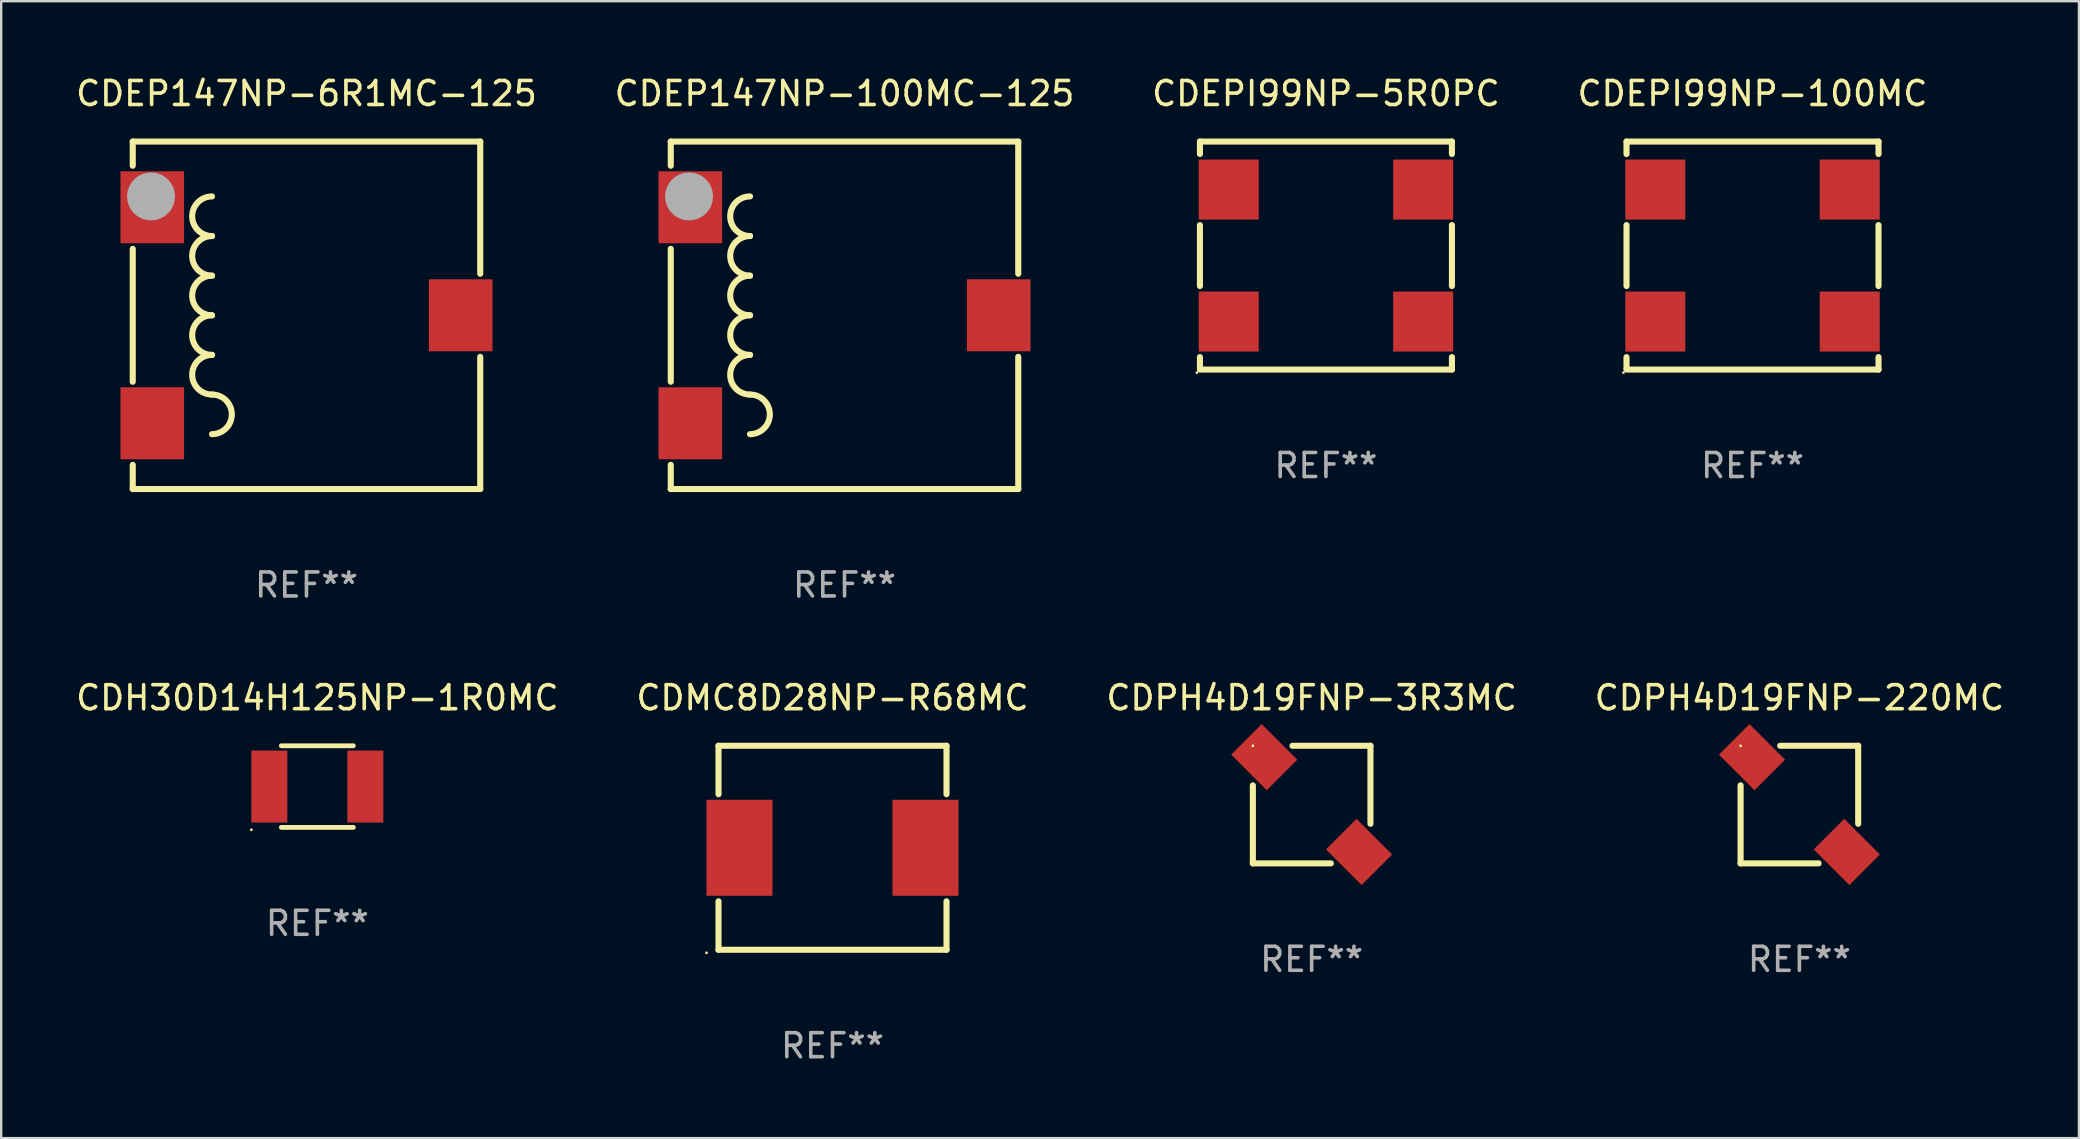
<source format=kicad_pcb>
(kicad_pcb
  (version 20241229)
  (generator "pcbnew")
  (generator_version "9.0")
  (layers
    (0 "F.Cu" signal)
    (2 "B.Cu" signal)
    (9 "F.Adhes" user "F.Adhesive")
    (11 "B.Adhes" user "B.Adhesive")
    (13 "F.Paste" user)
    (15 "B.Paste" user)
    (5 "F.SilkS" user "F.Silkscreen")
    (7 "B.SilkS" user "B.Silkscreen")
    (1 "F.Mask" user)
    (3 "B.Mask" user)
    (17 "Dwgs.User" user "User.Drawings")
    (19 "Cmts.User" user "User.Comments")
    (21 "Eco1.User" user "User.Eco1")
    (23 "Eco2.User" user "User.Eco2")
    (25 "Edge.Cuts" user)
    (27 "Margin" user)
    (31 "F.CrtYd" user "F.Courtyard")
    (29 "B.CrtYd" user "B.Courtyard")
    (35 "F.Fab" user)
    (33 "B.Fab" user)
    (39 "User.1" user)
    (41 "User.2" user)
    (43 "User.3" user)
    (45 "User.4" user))
  (footprint "CDEPI99NP-5R0PC"
    (layer "F.Cu")
    (at 52.196 7.598)
    (property "Reference" "CDEPI99NP-5R0PC" (at 0 -6.75 0) (layer "F.SilkS") (effects (font (size 1 1) (thickness 0.15))))
    (attr through_hole)
    (fp_line (start -5.25 -4.75) (end -5.25 -4.231) (stroke (width 0.254) (type solid)) (layer "F.SilkS"))
    (fp_line (start -5.25 -4.75) (end 5.25 -4.75) (stroke (width 0.254) (type solid)) (layer "F.SilkS"))
    (fp_line (start -5.25 -1.269) (end -5.25 1.269) (stroke (width 0.254) (type solid)) (layer "F.SilkS"))
    (fp_line (start -5.25 4.231) (end -5.25 4.699) (stroke (width 0.254) (type solid)) (layer "F.SilkS"))
    (fp_line (start 5.25 -4.231) (end 5.25 -4.75) (stroke (width 0.254) (type solid)) (layer "F.SilkS"))
    (fp_line (start 5.25 1.269) (end 5.25 -1.269) (stroke (width 0.254) (type solid)) (layer "F.SilkS"))
    (fp_line (start 5.25 4.75) (end -5.25 4.75) (stroke (width 0.254) (type solid)) (layer "F.SilkS"))
    (fp_line (start 5.25 4.75) (end 5.25 4.231) (stroke (width 0.254) (type solid)) (layer "F.SilkS"))
    (fp_circle (center -5.377 4.877) (end -5.347 4.877) (stroke (width 0.06) (type solid)) (fill no) (layer "F.SilkS"))
    (fp_text user "REF**" (at 0 8.75 0) (layer "F.Fab") (effects (font (size 1 1) (thickness 0.15))))
    (pad "1" smd rect (at -4.05 2.75) (size 2.5 2.5) (layers "F.Cu" "F.Mask" "F.Paste"))
    (pad "2" smd rect (at -4.05 -2.75) (size 2.5 2.5) (layers "F.Cu" "F.Mask" "F.Paste"))
    (pad "3" smd rect (at 4.05 -2.75) (size 2.5 2.5) (layers "F.Cu" "F.Mask" "F.Paste"))
    (pad "4" smd rect (at 4.05 2.75) (size 2.5 2.5) (layers "F.Cu" "F.Mask" "F.Paste")))
  (footprint "CDEP147NP-100MC-125"
    (layer "F.Cu")
    (at 32.137 10.087)
    (property "Reference" "CDEP147NP-100MC-125" (at 0 -9.239 0) (layer "F.SilkS") (effects (font (size 1 1) (thickness 0.15))))
    (attr through_hole)
    (fp_line (start -7.239 -7.239) (end 7.239 -7.239) (stroke (width 0.254) (type solid)) (layer "F.SilkS"))
    (fp_line (start -7.239 -6.231) (end -7.239 -7.239) (stroke (width 0.254) (type solid)) (layer "F.SilkS"))
    (fp_line (start -7.239 2.769) (end -7.239 -2.769) (stroke (width 0.254) (type solid)) (layer "F.SilkS"))
    (fp_line (start -7.239 7.239) (end -7.239 6.231) (stroke (width 0.254) (type solid)) (layer "F.SilkS"))
    (fp_line (start 7.239 -7.239) (end 7.239 -1.731) (stroke (width 0.254) (type solid)) (layer "F.SilkS"))
    (fp_line (start 7.239 1.731) (end 7.239 7.239) (stroke (width 0.254) (type solid)) (layer "F.SilkS"))
    (fp_line (start 7.239 7.239) (end -7.239 7.239) (stroke (width 0.254) (type solid)) (layer "F.SilkS"))
    (fp_arc (start -3.937008 -3.302007) (mid -4.762509 -4.127508) (end -3.937008 -4.953009) (stroke (width 0.254001) (type solid)) (layer "F.SilkS"))
    (fp_arc (start -3.937008 -1.651003) (mid -4.76251 -2.476505) (end -3.937008 -3.302007) (stroke (width 0.254001) (type solid)) (layer "F.SilkS"))
    (fp_arc (start -3.937008 0) (mid -4.76251 -0.825502) (end -3.937008 -1.651004) (stroke (width 0.254001) (type solid)) (layer "F.SilkS"))
    (fp_arc (start -3.937008 1.651003) (mid -4.762509 0.825502) (end -3.937008 0.000001) (stroke (width 0.254001) (type solid)) (layer "F.SilkS"))
    (fp_arc (start -3.937008 3.302006) (mid -3.111506 4.127508) (end -3.937008 4.95301) (stroke (width 0.254001) (type solid)) (layer "F.SilkS"))
    (fp_arc (start -3.937008 3.302007) (mid -4.76251 2.476505) (end -3.937008 1.651003) (stroke (width 0.254001) (type solid)) (layer "F.SilkS"))
    (fp_circle (center -7.25 -7.25) (end -7.22 -7.25) (stroke (width 0.06) (type solid)) (fill no) (layer "F.SilkS"))
    (fp_circle (center -6.477 -4.953) (end -5.977 -4.953) (stroke (width 1) (type solid)) (fill no) (layer "F.Fab"))
    (fp_text user "REF**" (at 0 11.239 0) (layer "F.Fab") (effects (font (size 1 1) (thickness 0.15))))
    (pad "1" smd rect (at -6.425 -4.5) (size 2.65 3) (layers "F.Cu" "F.Mask" "F.Paste"))
    (pad "2" smd rect (at -6.425 4.5) (size 2.65 3) (layers "F.Cu" "F.Mask" "F.Paste"))
    (pad "3" smd rect (at 6.425 0) (size 2.65 3) (layers "F.Cu" "F.Mask" "F.Paste")))
  (footprint "CDEP147NP-6R1MC-125"
    (layer "F.Cu")
    (at 9.72 10.087)
    (property "Reference" "CDEP147NP-6R1MC-125" (at 0 -9.239 0) (layer "F.SilkS") (effects (font (size 1 1) (thickness 0.15))))
    (attr through_hole)
    (fp_line (start -7.239 -7.239) (end 7.239 -7.239) (stroke (width 0.254) (type solid)) (layer "F.SilkS"))
    (fp_line (start -7.239 -6.231) (end -7.239 -7.239) (stroke (width 0.254) (type solid)) (layer "F.SilkS"))
    (fp_line (start -7.239 2.769) (end -7.239 -2.769) (stroke (width 0.254) (type solid)) (layer "F.SilkS"))
    (fp_line (start -7.239 7.239) (end -7.239 6.231) (stroke (width 0.254) (type solid)) (layer "F.SilkS"))
    (fp_line (start 7.239 -7.239) (end 7.239 -1.731) (stroke (width 0.254) (type solid)) (layer "F.SilkS"))
    (fp_line (start 7.239 1.731) (end 7.239 7.239) (stroke (width 0.254) (type solid)) (layer "F.SilkS"))
    (fp_line (start 7.239 7.239) (end -7.239 7.239) (stroke (width 0.254) (type solid)) (layer "F.SilkS"))
    (fp_arc (start -3.937008 -3.302007) (mid -4.762509 -4.127508) (end -3.937008 -4.953009) (stroke (width 0.254001) (type solid)) (layer "F.SilkS"))
    (fp_arc (start -3.937008 -1.651003) (mid -4.76251 -2.476505) (end -3.937008 -3.302007) (stroke (width 0.254001) (type solid)) (layer "F.SilkS"))
    (fp_arc (start -3.937008 0) (mid -4.76251 -0.825502) (end -3.937008 -1.651004) (stroke (width 0.254001) (type solid)) (layer "F.SilkS"))
    (fp_arc (start -3.937008 1.651003) (mid -4.762509 0.825502) (end -3.937008 0.000001) (stroke (width 0.254001) (type solid)) (layer "F.SilkS"))
    (fp_arc (start -3.937008 3.302006) (mid -3.111506 4.127508) (end -3.937008 4.95301) (stroke (width 0.254001) (type solid)) (layer "F.SilkS"))
    (fp_arc (start -3.937008 3.302007) (mid -4.76251 2.476505) (end -3.937008 1.651003) (stroke (width 0.254001) (type solid)) (layer "F.SilkS"))
    (fp_circle (center -7.25 -7.25) (end -7.22 -7.25) (stroke (width 0.06) (type solid)) (fill no) (layer "F.SilkS"))
    (fp_circle (center -6.477 -4.953) (end -5.977 -4.953) (stroke (width 1) (type solid)) (fill no) (layer "F.Fab"))
    (fp_text user "REF**" (at 0 11.239 0) (layer "F.Fab") (effects (font (size 1 1) (thickness 0.15))))
    (pad "1" smd rect (at -6.425 -4.5) (size 2.65 3) (layers "F.Cu" "F.Mask" "F.Paste"))
    (pad "2" smd rect (at -6.425 4.5) (size 2.65 3) (layers "F.Cu" "F.Mask" "F.Paste"))
    (pad "3" smd rect (at 6.425 0) (size 2.65 3) (layers "F.Cu" "F.Mask" "F.Paste")))
  (footprint "CDPH4D19FNP-3R3MC"
    (layer "F.Cu")
    (at 51.601 30.473)
    (property "Reference" "CDPH4D19FNP-3R3MC" (at 0 -4.45 0) (layer "F.SilkS") (effects (font (size 1 1) (thickness 0.15))))
    (attr through_hole)
    (fp_line (start -2.45 2.45) (end -2.45 -0.8) (stroke (width 0.254) (type solid)) (layer "F.SilkS"))
    (fp_line (start -0.8 -2.45) (end 2.45 -2.45) (stroke (width 0.254) (type solid)) (layer "F.SilkS"))
    (fp_line (start 0.8 2.45) (end -2.45 2.45) (stroke (width 0.254) (type solid)) (layer "F.SilkS"))
    (fp_line (start 2.45 -2.45) (end 2.45 0.8) (stroke (width 0.254) (type solid)) (layer "F.SilkS"))
    (fp_circle (center -2.45 -2.45) (end -2.42 -2.45) (stroke (width 0.06) (type solid)) (fill no) (layer "F.SilkS"))
    (fp_text user "REF**" (at 0 6.45 0) (layer "F.Fab") (effects (font (size 1 1) (thickness 0.15))))
    (pad "1" smd rect (at -1.975 -1.975 135) (size 2.1 1.8) (layers "F.Cu" "F.Mask" "F.Paste"))
    (pad "2" smd rect (at 1.975 1.975 135) (size 2.1 1.8) (layers "F.Cu" "F.Mask" "F.Paste")))
  (footprint "CDPH4D19FNP-220MC"
    (layer "F.Cu")
    (at 71.923 30.473)
    (property "Reference" "CDPH4D19FNP-220MC" (at 0 -4.45 0) (layer "F.SilkS") (effects (font (size 1 1) (thickness 0.15))))
    (attr through_hole)
    (fp_line (start -2.45 2.45) (end -2.45 -0.8) (stroke (width 0.254) (type solid)) (layer "F.SilkS"))
    (fp_line (start -0.8 -2.45) (end 2.45 -2.45) (stroke (width 0.254) (type solid)) (layer "F.SilkS"))
    (fp_line (start 0.8 2.45) (end -2.45 2.45) (stroke (width 0.254) (type solid)) (layer "F.SilkS"))
    (fp_line (start 2.45 -2.45) (end 2.45 0.8) (stroke (width 0.254) (type solid)) (layer "F.SilkS"))
    (fp_circle (center -2.45 -2.45) (end -2.42 -2.45) (stroke (width 0.06) (type solid)) (fill no) (layer "F.SilkS"))
    (fp_text user "REF**" (at 0 6.45 0) (layer "F.Fab") (effects (font (size 1 1) (thickness 0.15))))
    (pad "1" smd rect (at -1.975 -1.975 135) (size 2.1 1.8) (layers "F.Cu" "F.Mask" "F.Paste"))
    (pad "2" smd rect (at 1.975 1.975 135) (size 2.1 1.8) (layers "F.Cu" "F.Mask" "F.Paste")))
  (footprint "CDH30D14H125NP-1R0MC"
    (layer "F.Cu")
    (at 10.173 29.723)
    (property "Reference" "CDH30D14H125NP-1R0MC" (at 0 -3.7 0) (layer "F.SilkS") (effects (font (size 1 1) (thickness 0.15))))
    (attr through_hole)
    (fp_line (start -1.5 -1.7) (end 1.5 -1.7) (stroke (width 0.2) (type solid)) (layer "F.SilkS"))
    (fp_line (start -1.5 1.7) (end 1.5 1.7) (stroke (width 0.2) (type solid)) (layer "F.SilkS"))
    (fp_circle (center -2.75 1.8) (end -2.72 1.8) (stroke (width 0.06) (type solid)) (fill no) (layer "F.SilkS"))
    (fp_text user "REF**" (at 0 5.7 0) (layer "F.Fab") (effects (font (size 1 1) (thickness 0.15))))
    (pad "1" smd rect (at -2 0) (size 1.5 3) (layers "F.Cu" "F.Mask" "F.Paste"))
    (pad "2" smd rect (at 2 0) (size 1.5 3) (layers "F.Cu" "F.Mask" "F.Paste")))
  (footprint "CDMC8D28NP-R68MC"
    (layer "F.Cu")
    (at 31.637 32.273)
    (property "Reference" "CDMC8D28NP-R68MC" (at 0 -6.25 0) (layer "F.SilkS") (effects (font (size 1 1) (thickness 0.15))))
    (attr through_hole)
    (fp_line (start -4.75 -4.25) (end -4.75 -2.231) (stroke (width 0.254) (type solid)) (layer "F.SilkS"))
    (fp_line (start -4.75 -4.25) (end 4.75 -4.25) (stroke (width 0.254) (type solid)) (layer "F.SilkS"))
    (fp_line (start -4.75 2.231) (end -4.75 4.25) (stroke (width 0.254) (type solid)) (layer "F.SilkS"))
    (fp_line (start 4.75 -2.231) (end 4.75 -4.25) (stroke (width 0.254) (type solid)) (layer "F.SilkS"))
    (fp_line (start 4.75 4.25) (end -4.75 4.25) (stroke (width 0.254) (type solid)) (layer "F.SilkS"))
    (fp_line (start 4.75 4.25) (end 4.75 2.231) (stroke (width 0.254) (type solid)) (layer "F.SilkS"))
    (fp_circle (center -5.25 4.377) (end -5.22 4.377) (stroke (width 0.06) (type solid)) (fill no) (layer "F.SilkS"))
    (fp_text user "REF**" (at 0 8.25 0) (layer "F.Fab") (effects (font (size 1 1) (thickness 0.15))))
    (pad "1" smd rect (at -3.875 0) (size 2.75 4) (layers "F.Cu" "F.Mask" "F.Paste"))
    (pad "2" smd rect (at 3.875 0) (size 2.75 4) (layers "F.Cu" "F.Mask" "F.Paste")))
  (footprint "CDEPI99NP-100MC"
    (layer "F.Cu")
    (at 69.97 7.598)
    (property "Reference" "CDEPI99NP-100MC" (at 0 -6.75 0) (layer "F.SilkS") (effects (font (size 1 1) (thickness 0.15))))
    (attr through_hole)
    (fp_line (start -5.25 -4.75) (end -5.25 -4.231) (stroke (width 0.254) (type solid)) (layer "F.SilkS"))
    (fp_line (start -5.25 -4.75) (end 5.25 -4.75) (stroke (width 0.254) (type solid)) (layer "F.SilkS"))
    (fp_line (start -5.25 -1.269) (end -5.25 1.269) (stroke (width 0.254) (type solid)) (layer "F.SilkS"))
    (fp_line (start -5.25 4.231) (end -5.25 4.699) (stroke (width 0.254) (type solid)) (layer "F.SilkS"))
    (fp_line (start 5.25 -4.231) (end 5.25 -4.75) (stroke (width 0.254) (type solid)) (layer "F.SilkS"))
    (fp_line (start 5.25 1.269) (end 5.25 -1.269) (stroke (width 0.254) (type solid)) (layer "F.SilkS"))
    (fp_line (start 5.25 4.75) (end -5.25 4.75) (stroke (width 0.254) (type solid)) (layer "F.SilkS"))
    (fp_line (start 5.25 4.75) (end 5.25 4.231) (stroke (width 0.254) (type solid)) (layer "F.SilkS"))
    (fp_circle (center -5.377 4.877) (end -5.347 4.877) (stroke (width 0.06) (type solid)) (fill no) (layer "F.SilkS"))
    (fp_text user "REF**" (at 0 8.75 0) (layer "F.Fab") (effects (font (size 1 1) (thickness 0.15))))
    (pad "1" smd rect (at -4.05 2.75) (size 2.5 2.5) (layers "F.Cu" "F.Mask" "F.Paste"))
    (pad "2" smd rect (at -4.05 -2.75) (size 2.5 2.5) (layers "F.Cu" "F.Mask" "F.Paste"))
    (pad "3" smd rect (at 4.05 -2.75) (size 2.5 2.5) (layers "F.Cu" "F.Mask" "F.Paste"))
    (pad "4" smd rect (at 4.05 2.75) (size 2.5 2.5) (layers "F.Cu" "F.Mask" "F.Paste")))
  (gr_rect
    (start -3 -3)
    (end 83.571 44.371)
    (stroke (width 0.1) (type default))
    (fill no)
    (layer "Edge.Cuts")))
</source>
